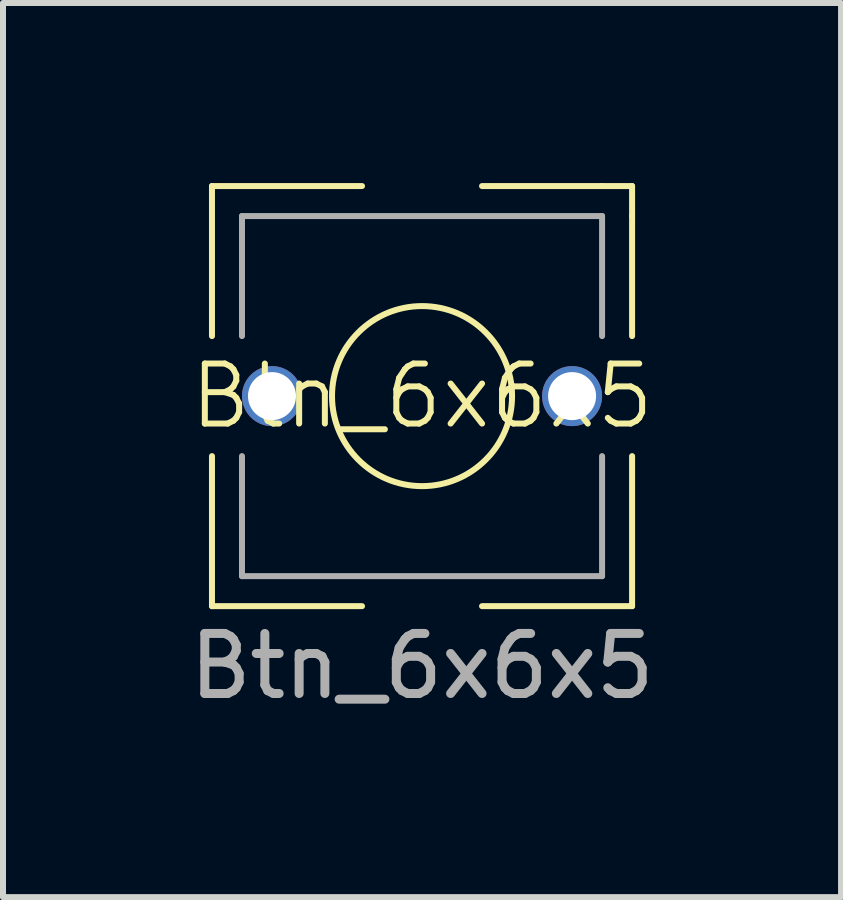
<source format=kicad_pcb>
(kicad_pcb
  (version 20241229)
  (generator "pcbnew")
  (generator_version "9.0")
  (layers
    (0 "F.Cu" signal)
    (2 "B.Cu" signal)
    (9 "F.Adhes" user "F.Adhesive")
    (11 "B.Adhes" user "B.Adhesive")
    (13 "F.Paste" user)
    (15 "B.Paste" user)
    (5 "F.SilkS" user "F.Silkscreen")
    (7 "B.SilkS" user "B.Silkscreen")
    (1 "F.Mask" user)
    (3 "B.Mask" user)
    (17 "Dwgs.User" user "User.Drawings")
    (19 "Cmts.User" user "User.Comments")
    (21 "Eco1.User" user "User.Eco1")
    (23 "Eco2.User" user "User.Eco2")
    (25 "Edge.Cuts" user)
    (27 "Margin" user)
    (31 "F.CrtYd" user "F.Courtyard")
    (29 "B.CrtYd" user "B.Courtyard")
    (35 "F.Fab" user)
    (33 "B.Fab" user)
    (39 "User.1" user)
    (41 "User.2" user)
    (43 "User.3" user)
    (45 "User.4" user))
  (footprint "Btn_6x6x5"
    (layer "F.Cu")
    (at 3.982 3.55)
    (property "Reference" "Btn_6x6x5" (at 0 0 0) (unlocked yes) (layer "F.SilkS") (effects (font (size 1 1) (thickness 0.1))))
    (attr smd)
    (fp_line (start -3.5 -3.5) (end -1 -3.5) (stroke (width 0.1) (type default)) (layer "F.SilkS"))
    (fp_line (start -3.5 -1) (end -3.5 -3.5) (stroke (width 0.1) (type default)) (layer "F.SilkS"))
    (fp_line (start -3.5 1) (end -3.5 3.5) (stroke (width 0.1) (type default)) (layer "F.SilkS"))
    (fp_line (start -3.5 3.5) (end -1 3.5) (stroke (width 0.1) (type default)) (layer "F.SilkS"))
    (fp_line (start 3 -3.5) (end 1 -3.5) (stroke (width 0.1) (type default)) (layer "F.SilkS"))
    (fp_line (start 3 -3.5) (end 3.5 -3.5) (stroke (width 0.1) (type default)) (layer "F.SilkS"))
    (fp_line (start 3.5 -3) (end 3.5 -3.5) (stroke (width 0.1) (type default)) (layer "F.SilkS"))
    (fp_line (start 3.5 -3) (end 3.5 -1) (stroke (width 0.1) (type default)) (layer "F.SilkS"))
    (fp_line (start 3.5 1) (end 3.5 3.5) (stroke (width 0.1) (type default)) (layer "F.SilkS"))
    (fp_line (start 3.5 3.5) (end 1 3.5) (stroke (width 0.1) (type default)) (layer "F.SilkS"))
    (fp_circle (center 0 0) (end 1.5 0) (stroke (width 0.1) (type default)) (fill no) (layer "F.SilkS"))
    (fp_line (start -3 -3) (end -3 -1) (stroke (width 0.1) (type default)) (layer "F.Fab"))
    (fp_line (start -3 3) (end -3 1) (stroke (width 0.1) (type default)) (layer "F.Fab"))
    (fp_line (start 3 -3) (end -3 -3) (stroke (width 0.1) (type solid)) (layer "F.Fab"))
    (fp_line (start 3 -3) (end 3 -1) (stroke (width 0.1) (type solid)) (layer "F.Fab"))
    (fp_line (start 3 1) (end 3 3) (stroke (width 0.1) (type default)) (layer "F.Fab"))
    (fp_line (start 3 3) (end -3 3) (stroke (width 0.1) (type default)) (layer "F.Fab"))
    (fp_text user "${REFERENCE}" (at 0 4.5 0) (unlocked yes) (layer "F.Fab") (effects (font (size 1 1) (thickness 0.15))))
    (pad "1" thru_hole circle (at 2.5 0) (size 1 1) (drill 0.8) (layers "*.Cu" "*.Mask"))
    (pad "2" thru_hole circle (at -2.5 0) (size 1 1) (drill 0.8) (layers "*.Cu" "*.Mask")))
  (gr_rect
    (start -3 -3)
    (end 10.964 11.898)
    (stroke (width 0.1) (type default))
    (fill no)
    (layer "Edge.Cuts")))
</source>
